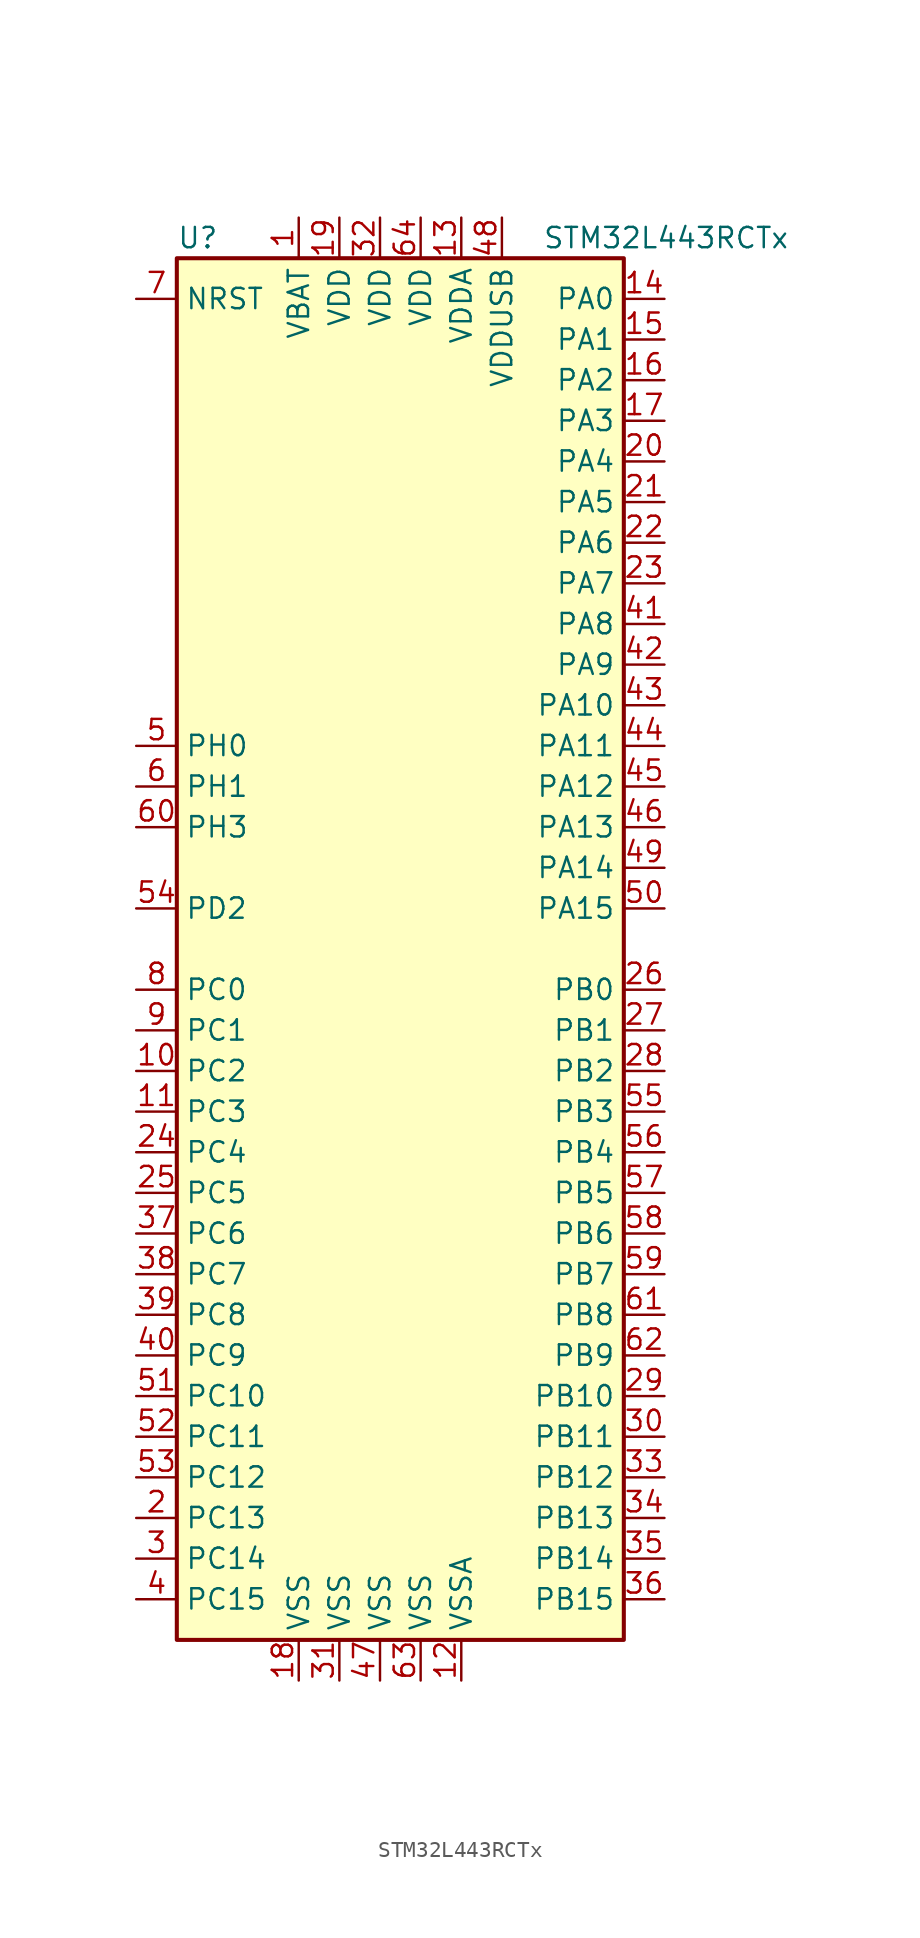
<source format=kicad_sym>
(kicad_symbol_lib
  (version 20201005)
  (generator kicad_symbol_editor)
  (symbol "STM32L443RCTx"
    (property "Reference" "U"
      (at -15.24 44.45 0)
      (effects (font (size 1.27 1.27)) (justify left)))
    (property "Value" "STM32L443RCTx"
      (at 7.62 44.45 0)
      (effects (font (size 1.27 1.27)) (justify left)))
    (symbol "STM32L443RCTx_0_1"
      (rectangle (start -15.24 -43.18) (end 12.7 43.18) (stroke (width 0.254)) (fill (type background))))
    (symbol "STM32L443RCTx_1_1"
      (pin input line (at -17.78 40.64 0) (length 2.54) (name "NRST" (effects (font (size 1.27 1.27)))) (number "7" (effects (font (size 1.27 1.27)))))
      (pin bidirectional line (at 15.24 40.64 180) (length 2.54) (name "PA0" (effects (font (size 1.27 1.27)))) (number "14" (effects (font (size 1.27 1.27)))))
      (pin bidirectional line (at 15.24 38.1 180) (length 2.54) (name "PA1" (effects (font (size 1.27 1.27)))) (number "15" (effects (font (size 1.27 1.27)))))
      (pin bidirectional line (at 15.24 15.24 180) (length 2.54) (name "PA10" (effects (font (size 1.27 1.27)))) (number "43" (effects (font (size 1.27 1.27)))))
      (pin bidirectional line (at 15.24 12.7 180) (length 2.54) (name "PA11" (effects (font (size 1.27 1.27)))) (number "44" (effects (font (size 1.27 1.27)))))
      (pin bidirectional line (at 15.24 10.16 180) (length 2.54) (name "PA12" (effects (font (size 1.27 1.27)))) (number "45" (effects (font (size 1.27 1.27)))))
      (pin bidirectional line (at 15.24 7.62 180) (length 2.54) (name "PA13" (effects (font (size 1.27 1.27)))) (number "46" (effects (font (size 1.27 1.27)))))
      (pin bidirectional line (at 15.24 5.08 180) (length 2.54) (name "PA14" (effects (font (size 1.27 1.27)))) (number "49" (effects (font (size 1.27 1.27)))))
      (pin bidirectional line (at 15.24 2.54 180) (length 2.54) (name "PA15" (effects (font (size 1.27 1.27)))) (number "50" (effects (font (size 1.27 1.27)))))
      (pin bidirectional line (at 15.24 35.56 180) (length 2.54) (name "PA2" (effects (font (size 1.27 1.27)))) (number "16" (effects (font (size 1.27 1.27)))))
      (pin bidirectional line (at 15.24 33.02 180) (length 2.54) (name "PA3" (effects (font (size 1.27 1.27)))) (number "17" (effects (font (size 1.27 1.27)))))
      (pin bidirectional line (at 15.24 30.48 180) (length 2.54) (name "PA4" (effects (font (size 1.27 1.27)))) (number "20" (effects (font (size 1.27 1.27)))))
      (pin bidirectional line (at 15.24 27.94 180) (length 2.54) (name "PA5" (effects (font (size 1.27 1.27)))) (number "21" (effects (font (size 1.27 1.27)))))
      (pin bidirectional line (at 15.24 25.4 180) (length 2.54) (name "PA6" (effects (font (size 1.27 1.27)))) (number "22" (effects (font (size 1.27 1.27)))))
      (pin bidirectional line (at 15.24 22.86 180) (length 2.54) (name "PA7" (effects (font (size 1.27 1.27)))) (number "23" (effects (font (size 1.27 1.27)))))
      (pin bidirectional line (at 15.24 20.32 180) (length 2.54) (name "PA8" (effects (font (size 1.27 1.27)))) (number "41" (effects (font (size 1.27 1.27)))))
      (pin bidirectional line (at 15.24 17.78 180) (length 2.54) (name "PA9" (effects (font (size 1.27 1.27)))) (number "42" (effects (font (size 1.27 1.27)))))
      (pin bidirectional line (at 15.24 -2.54 180) (length 2.54) (name "PB0" (effects (font (size 1.27 1.27)))) (number "26" (effects (font (size 1.27 1.27)))))
      (pin bidirectional line (at 15.24 -5.08 180) (length 2.54) (name "PB1" (effects (font (size 1.27 1.27)))) (number "27" (effects (font (size 1.27 1.27)))))
      (pin bidirectional line (at 15.24 -27.94 180) (length 2.54) (name "PB10" (effects (font (size 1.27 1.27)))) (number "29" (effects (font (size 1.27 1.27)))))
      (pin bidirectional line (at 15.24 -30.48 180) (length 2.54) (name "PB11" (effects (font (size 1.27 1.27)))) (number "30" (effects (font (size 1.27 1.27)))))
      (pin bidirectional line (at 15.24 -33.02 180) (length 2.54) (name "PB12" (effects (font (size 1.27 1.27)))) (number "33" (effects (font (size 1.27 1.27)))))
      (pin bidirectional line (at 15.24 -35.56 180) (length 2.54) (name "PB13" (effects (font (size 1.27 1.27)))) (number "34" (effects (font (size 1.27 1.27)))))
      (pin bidirectional line (at 15.24 -38.1 180) (length 2.54) (name "PB14" (effects (font (size 1.27 1.27)))) (number "35" (effects (font (size 1.27 1.27)))))
      (pin bidirectional line (at 15.24 -40.64 180) (length 2.54) (name "PB15" (effects (font (size 1.27 1.27)))) (number "36" (effects (font (size 1.27 1.27)))))
      (pin bidirectional line (at 15.24 -7.62 180) (length 2.54) (name "PB2" (effects (font (size 1.27 1.27)))) (number "28" (effects (font (size 1.27 1.27)))))
      (pin bidirectional line (at 15.24 -10.16 180) (length 2.54) (name "PB3" (effects (font (size 1.27 1.27)))) (number "55" (effects (font (size 1.27 1.27)))))
      (pin bidirectional line (at 15.24 -12.7 180) (length 2.54) (name "PB4" (effects (font (size 1.27 1.27)))) (number "56" (effects (font (size 1.27 1.27)))))
      (pin bidirectional line (at 15.24 -15.24 180) (length 2.54) (name "PB5" (effects (font (size 1.27 1.27)))) (number "57" (effects (font (size 1.27 1.27)))))
      (pin bidirectional line (at 15.24 -17.78 180) (length 2.54) (name "PB6" (effects (font (size 1.27 1.27)))) (number "58" (effects (font (size 1.27 1.27)))))
      (pin bidirectional line (at 15.24 -20.32 180) (length 2.54) (name "PB7" (effects (font (size 1.27 1.27)))) (number "59" (effects (font (size 1.27 1.27)))))
      (pin bidirectional line (at 15.24 -22.86 180) (length 2.54) (name "PB8" (effects (font (size 1.27 1.27)))) (number "61" (effects (font (size 1.27 1.27)))))
      (pin bidirectional line (at 15.24 -25.4 180) (length 2.54) (name "PB9" (effects (font (size 1.27 1.27)))) (number "62" (effects (font (size 1.27 1.27)))))
      (pin bidirectional line (at -17.78 -2.54 0) (length 2.54) (name "PC0" (effects (font (size 1.27 1.27)))) (number "8" (effects (font (size 1.27 1.27)))))
      (pin bidirectional line (at -17.78 -5.08 0) (length 2.54) (name "PC1" (effects (font (size 1.27 1.27)))) (number "9" (effects (font (size 1.27 1.27)))))
      (pin bidirectional line (at -17.78 -27.94 0) (length 2.54) (name "PC10" (effects (font (size 1.27 1.27)))) (number "51" (effects (font (size 1.27 1.27)))))
      (pin bidirectional line (at -17.78 -30.48 0) (length 2.54) (name "PC11" (effects (font (size 1.27 1.27)))) (number "52" (effects (font (size 1.27 1.27)))))
      (pin bidirectional line (at -17.78 -33.02 0) (length 2.54) (name "PC12" (effects (font (size 1.27 1.27)))) (number "53" (effects (font (size 1.27 1.27)))))
      (pin bidirectional line (at -17.78 -35.56 0) (length 2.54) (name "PC13" (effects (font (size 1.27 1.27)))) (number "2" (effects (font (size 1.27 1.27)))))
      (pin bidirectional line (at -17.78 -38.1 0) (length 2.54) (name "PC14" (effects (font (size 1.27 1.27)))) (number "3" (effects (font (size 1.27 1.27)))))
      (pin bidirectional line (at -17.78 -40.64 0) (length 2.54) (name "PC15" (effects (font (size 1.27 1.27)))) (number "4" (effects (font (size 1.27 1.27)))))
      (pin bidirectional line (at -17.78 -7.62 0) (length 2.54) (name "PC2" (effects (font (size 1.27 1.27)))) (number "10" (effects (font (size 1.27 1.27)))))
      (pin bidirectional line (at -17.78 -10.16 0) (length 2.54) (name "PC3" (effects (font (size 1.27 1.27)))) (number "11" (effects (font (size 1.27 1.27)))))
      (pin bidirectional line (at -17.78 -12.7 0) (length 2.54) (name "PC4" (effects (font (size 1.27 1.27)))) (number "24" (effects (font (size 1.27 1.27)))))
      (pin bidirectional line (at -17.78 -15.24 0) (length 2.54) (name "PC5" (effects (font (size 1.27 1.27)))) (number "25" (effects (font (size 1.27 1.27)))))
      (pin bidirectional line (at -17.78 -17.78 0) (length 2.54) (name "PC6" (effects (font (size 1.27 1.27)))) (number "37" (effects (font (size 1.27 1.27)))))
      (pin bidirectional line (at -17.78 -20.32 0) (length 2.54) (name "PC7" (effects (font (size 1.27 1.27)))) (number "38" (effects (font (size 1.27 1.27)))))
      (pin bidirectional line (at -17.78 -22.86 0) (length 2.54) (name "PC8" (effects (font (size 1.27 1.27)))) (number "39" (effects (font (size 1.27 1.27)))))
      (pin bidirectional line (at -17.78 -25.4 0) (length 2.54) (name "PC9" (effects (font (size 1.27 1.27)))) (number "40" (effects (font (size 1.27 1.27)))))
      (pin bidirectional line (at -17.78 2.54 0) (length 2.54) (name "PD2" (effects (font (size 1.27 1.27)))) (number "54" (effects (font (size 1.27 1.27)))))
      (pin input line (at -17.78 12.7 0) (length 2.54) (name "PH0" (effects (font (size 1.27 1.27)))) (number "5" (effects (font (size 1.27 1.27)))))
      (pin input line (at -17.78 10.16 0) (length 2.54) (name "PH1" (effects (font (size 1.27 1.27)))) (number "6" (effects (font (size 1.27 1.27)))))
      (pin bidirectional line (at -17.78 7.62 0) (length 2.54) (name "PH3" (effects (font (size 1.27 1.27)))) (number "60" (effects (font (size 1.27 1.27)))))
      (pin power_in line (at -7.62 45.72 270) (length 2.54) (name "VBAT" (effects (font (size 1.27 1.27)))) (number "1" (effects (font (size 1.27 1.27)))))
      (pin power_in line (at -5.08 45.72 270) (length 2.54) (name "VDD" (effects (font (size 1.27 1.27)))) (number "19" (effects (font (size 1.27 1.27)))))
      (pin power_in line (at -2.54 45.72 270) (length 2.54) (name "VDD" (effects (font (size 1.27 1.27)))) (number "32" (effects (font (size 1.27 1.27)))))
      (pin power_in line (at 0 45.72 270) (length 2.54) (name "VDD" (effects (font (size 1.27 1.27)))) (number "64" (effects (font (size 1.27 1.27)))))
      (pin power_in line (at 2.54 45.72 270) (length 2.54) (name "VDDA" (effects (font (size 1.27 1.27)))) (number "13" (effects (font (size 1.27 1.27)))))
      (pin power_in line (at 5.08 45.72 270) (length 2.54) (name "VDDUSB" (effects (font (size 1.27 1.27)))) (number "48" (effects (font (size 1.27 1.27)))))
      (pin power_in line (at -7.62 -45.72 90) (length 2.54) (name "VSS" (effects (font (size 1.27 1.27)))) (number "18" (effects (font (size 1.27 1.27)))))
      (pin power_in line (at -5.08 -45.72 90) (length 2.54) (name "VSS" (effects (font (size 1.27 1.27)))) (number "31" (effects (font (size 1.27 1.27)))))
      (pin power_in line (at -2.54 -45.72 90) (length 2.54) (name "VSS" (effects (font (size 1.27 1.27)))) (number "47" (effects (font (size 1.27 1.27)))))
      (pin power_in line (at 0 -45.72 90) (length 2.54) (name "VSS" (effects (font (size 1.27 1.27)))) (number "63" (effects (font (size 1.27 1.27)))))
      (pin power_in line (at 2.54 -45.72 90) (length 2.54) (name "VSSA" (effects (font (size 1.27 1.27)))) (number "12" (effects (font (size 1.27 1.27))))))))
</source>
